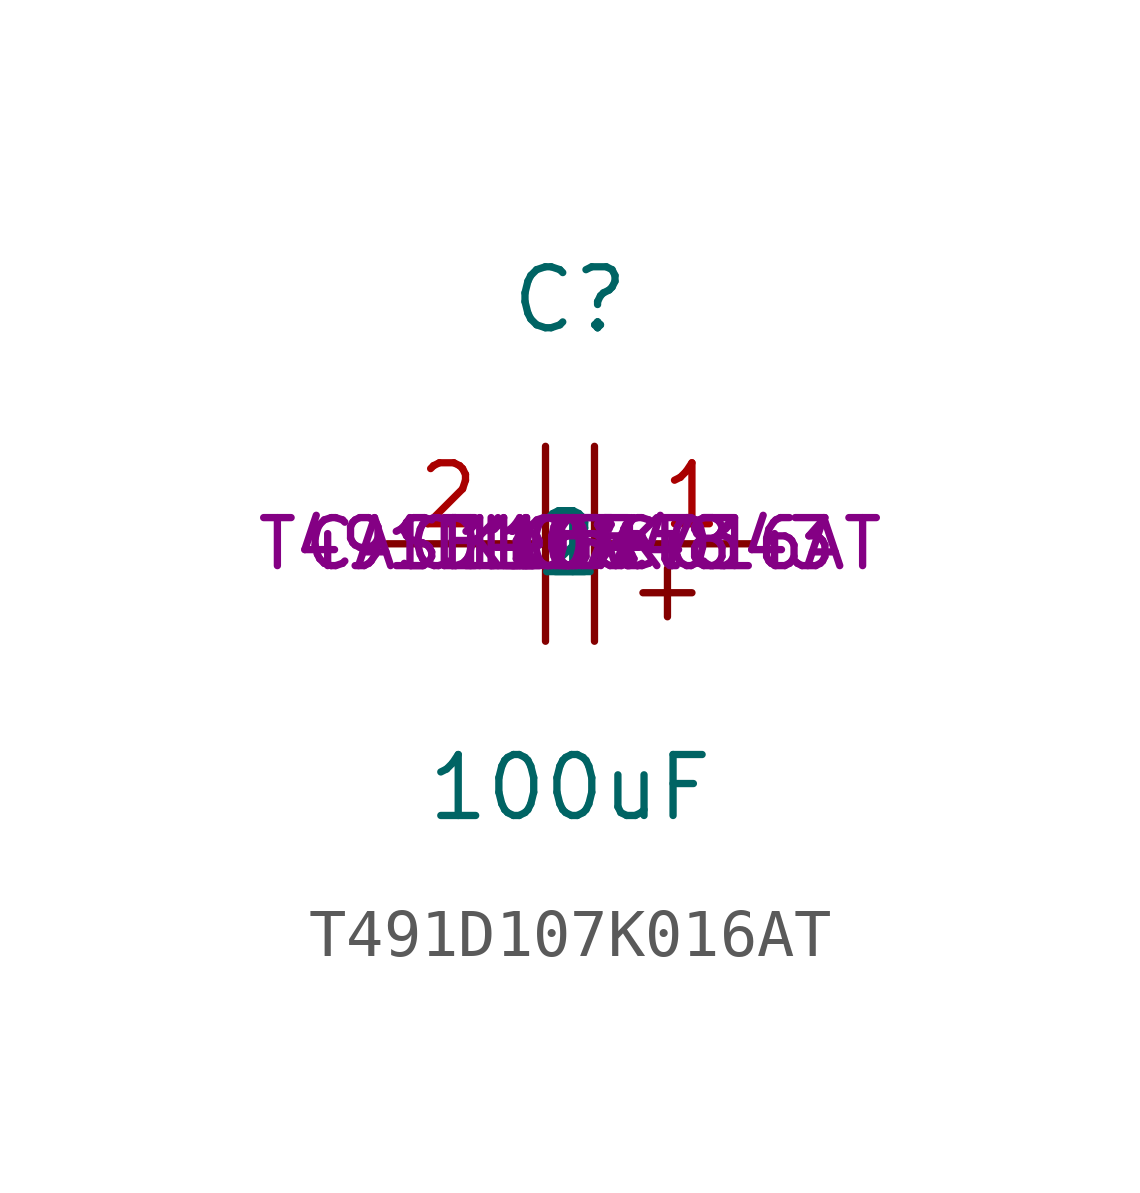
<source format=kicad_sym>
(kicad_symbol_lib
  (version 20211014)
  (generator None)
  (symbol "T491D107K016AT"
    (property "Reference" "C"
      (at 0 5.08 0)
      (effects (font (size 1.27 1.27))))
    (property "Value" "100uF"
      (at 0 -5.08 0)
      (effects (font (size 1.27 1.27))))
    (property "Tolerance" "10%"
      (at 0.0 0.0 0.0)
      (effects (font (size 1.0 1.0))))
    (property "Voltage" "16V"
      (at 0.0 0.0 0.0)
      (effects (font (size 1.0 1.0))))
    (property "Footprint_Name" "CASE-D-7343"
      (at 0.0 0.0 0.0)
      (effects (font (size 1.0 1.0))))
    (property "ki_description" "100uF 16V 10% CASE-D-7343"
      (at 0.0 0.0 0.0)
      (effects (font (size 1.0 1.0))))
    (property "Manufacturer 1" "Kemet"
      (at 0.0 0.0 0.0)
      (effects (font (size 1.0 1.0))))
    (property "Manufacturer Part Number 1" "T491D107K016AT"
      (at 0.0 0.0 0.0)
      (effects (font (size 1.0 1.0))))
    (property "Supplier 1" "LCSC"
      (at 0.0 0.0 0.0)
      (effects (font (size 1.0 1.0))))
    (property "Supplier Part Number 1" "C110548"
      (at 0.0 0.0 0.0)
      (effects (font (size 1.0 1.0))))
    (symbol "T491D107K016AT_0_1"
      (polyline (pts (xy -0.51 -2.03) (xy -0.51 2.03)) (stroke (width 0) (type default)) (fill (type none)))
      (polyline (pts (xy -0.51 0) (xy -1.27 0)) (stroke (width 0) (type default)) (fill (type none)))
      (polyline (pts (xy 0.51 -2.03) (xy 0.51 2.03)) (stroke (width 0) (type default)) (fill (type none)))
      (polyline (pts (xy 1.27 0) (xy 0.51 0)) (stroke (width 0) (type default)) (fill (type none)))
      (polyline (pts (xy 2.03 -1.52) (xy 2.03 -0.51)) (stroke (width 0) (type default)) (fill (type none)))
      (polyline (pts (xy 2.54 -1.02) (xy 1.52 -1.02)) (stroke (width 0) (type default)) (fill (type none)))
      (pin input line (at 3.81 0 180) (length 2.54) (name "1" (effects (font (size 1.27 1.27)))) (number "1" (effects (font (size 1.27 1.27)))))
      (pin input line (at -3.81 0 0) (length 2.54) (name "2" (effects (font (size 1.27 1.27)))) (number "2" (effects (font (size 1.27 1.27))))))))
</source>
